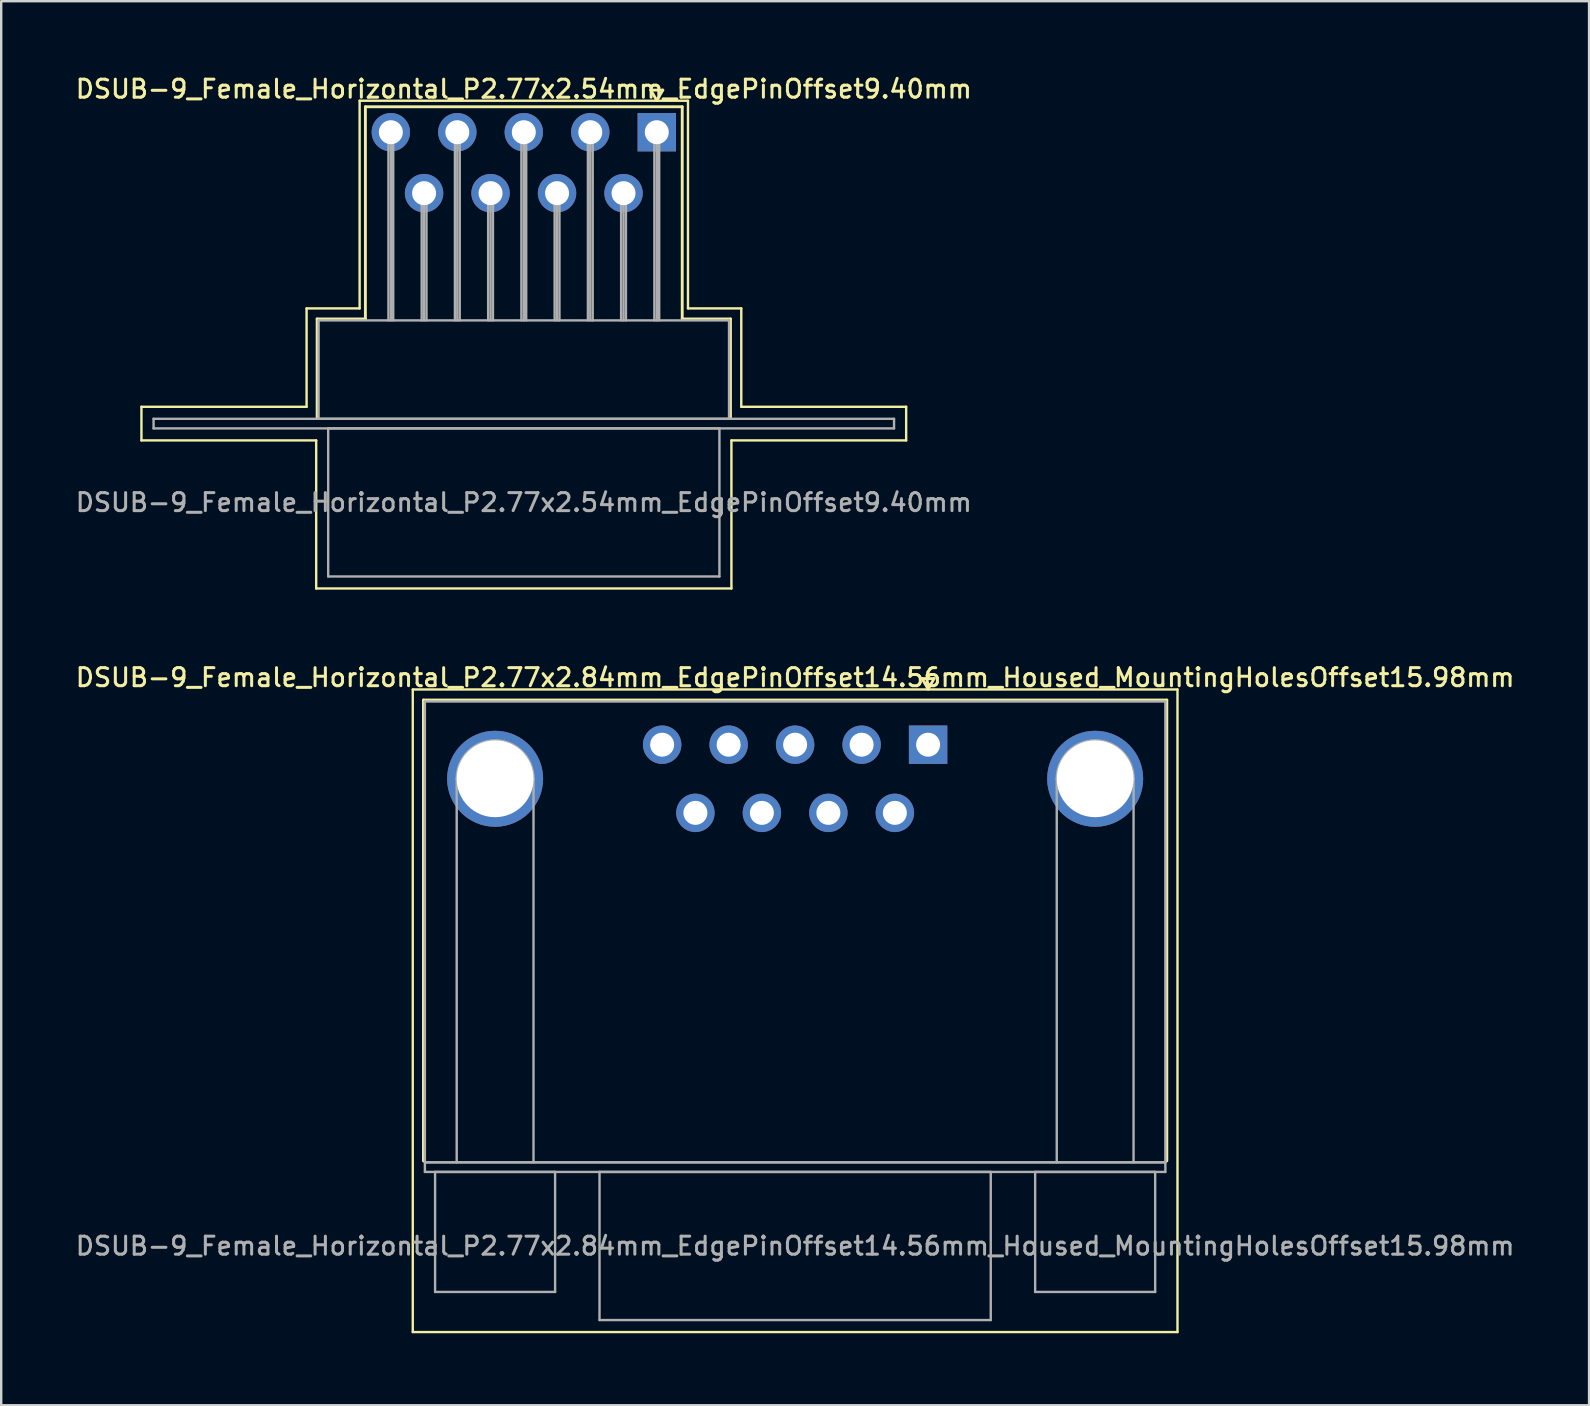
<source format=kicad_pcb>
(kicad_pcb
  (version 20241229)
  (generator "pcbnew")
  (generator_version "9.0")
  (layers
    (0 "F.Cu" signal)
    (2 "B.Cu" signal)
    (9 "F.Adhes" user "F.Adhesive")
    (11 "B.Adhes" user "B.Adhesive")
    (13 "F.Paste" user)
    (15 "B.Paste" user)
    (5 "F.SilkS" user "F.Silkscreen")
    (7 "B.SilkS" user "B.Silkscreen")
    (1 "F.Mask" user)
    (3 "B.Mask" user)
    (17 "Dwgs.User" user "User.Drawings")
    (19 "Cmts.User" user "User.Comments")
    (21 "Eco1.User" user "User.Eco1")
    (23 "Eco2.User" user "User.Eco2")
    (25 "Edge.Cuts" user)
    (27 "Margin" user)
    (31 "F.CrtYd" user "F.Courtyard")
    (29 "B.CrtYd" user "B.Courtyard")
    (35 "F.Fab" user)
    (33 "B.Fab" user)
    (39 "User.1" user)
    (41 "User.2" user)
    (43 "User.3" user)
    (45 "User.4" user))
  (footprint "DSUB-9_Female_Horizontal_P2.77x2.84mm_EdgePinOffset14.56mm_Housed_MountingHolesOffset15.98mm"
    (layer "F.Cu")
    (at 35.617 27.976)
    (property "Reference" "DSUB-9_Female_Horizontal_P2.77x2.84mm_EdgePinOffset14.56mm_Housed_MountingHolesOffset15.98mm" (at -5.54 -2.8 0) (layer "F.SilkS") (effects (font (size 0.75 0.75) (thickness 0.125))))
    (attr through_hole)
    (fp_line (start -21.47 -2.3) (end -21.47 24.47) (stroke (width 0.1) (type solid)) (layer "F.SilkS"))
    (fp_line (start -21.47 24.47) (end 10.39 24.47) (stroke (width 0.1) (type solid)) (layer "F.SilkS"))
    (fp_line (start -21.025 -1.86) (end 9.945 -1.86) (stroke (width 0.12) (type solid)) (layer "F.SilkS"))
    (fp_line (start -21.025 17.34) (end -21.025 -1.86) (stroke (width 0.12) (type solid)) (layer "F.SilkS"))
    (fp_line (start -0.25 -2.754) (end 0.25 -2.754) (stroke (width 0.12) (type solid)) (layer "F.SilkS"))
    (fp_line (start 0 -2.321) (end -0.25 -2.754) (stroke (width 0.12) (type solid)) (layer "F.SilkS"))
    (fp_line (start 0.25 -2.754) (end 0 -2.321) (stroke (width 0.12) (type solid)) (layer "F.SilkS"))
    (fp_line (start 9.945 -1.86) (end 9.945 17.34) (stroke (width 0.12) (type solid)) (layer "F.SilkS"))
    (fp_line (start 10.39 -2.3) (end -21.47 -2.3) (stroke (width 0.1) (type solid)) (layer "F.SilkS"))
    (fp_line (start 10.39 24.47) (end 10.39 -2.3) (stroke (width 0.1) (type solid)) (layer "F.SilkS"))
    (fp_line (start -20.965 -1.8) (end -20.965 17.4) (stroke (width 0.1) (type solid)) (layer "F.Fab"))
    (fp_line (start -20.965 17.4) (end -20.965 17.8) (stroke (width 0.1) (type solid)) (layer "F.Fab"))
    (fp_line (start -20.965 17.4) (end 9.885 17.4) (stroke (width 0.1) (type solid)) (layer "F.Fab"))
    (fp_line (start -20.965 17.8) (end 9.885 17.8) (stroke (width 0.1) (type solid)) (layer "F.Fab"))
    (fp_line (start -20.54 17.8) (end -20.54 22.8) (stroke (width 0.1) (type solid)) (layer "F.Fab"))
    (fp_line (start -20.54 22.8) (end -15.54 22.8) (stroke (width 0.1) (type solid)) (layer "F.Fab"))
    (fp_line (start -19.64 17.4) (end -19.64 1.42) (stroke (width 0.1) (type solid)) (layer "F.Fab"))
    (fp_line (start -16.44 17.4) (end -16.44 1.42) (stroke (width 0.1) (type solid)) (layer "F.Fab"))
    (fp_line (start -15.54 17.8) (end -20.54 17.8) (stroke (width 0.1) (type solid)) (layer "F.Fab"))
    (fp_line (start -15.54 22.8) (end -15.54 17.8) (stroke (width 0.1) (type solid)) (layer "F.Fab"))
    (fp_line (start -13.69 17.8) (end -13.69 23.97) (stroke (width 0.1) (type solid)) (layer "F.Fab"))
    (fp_line (start -13.69 23.97) (end 2.61 23.97) (stroke (width 0.1) (type solid)) (layer "F.Fab"))
    (fp_line (start 2.61 17.8) (end -13.69 17.8) (stroke (width 0.1) (type solid)) (layer "F.Fab"))
    (fp_line (start 2.61 23.97) (end 2.61 17.8) (stroke (width 0.1) (type solid)) (layer "F.Fab"))
    (fp_line (start 4.46 17.8) (end 4.46 22.8) (stroke (width 0.1) (type solid)) (layer "F.Fab"))
    (fp_line (start 4.46 22.8) (end 9.46 22.8) (stroke (width 0.1) (type solid)) (layer "F.Fab"))
    (fp_line (start 5.36 17.4) (end 5.36 1.42) (stroke (width 0.1) (type solid)) (layer "F.Fab"))
    (fp_line (start 8.56 17.4) (end 8.56 1.42) (stroke (width 0.1) (type solid)) (layer "F.Fab"))
    (fp_line (start 9.46 17.8) (end 4.46 17.8) (stroke (width 0.1) (type solid)) (layer "F.Fab"))
    (fp_line (start 9.46 22.8) (end 9.46 17.8) (stroke (width 0.1) (type solid)) (layer "F.Fab"))
    (fp_line (start 9.885 -1.8) (end -20.965 -1.8) (stroke (width 0.1) (type solid)) (layer "F.Fab"))
    (fp_line (start 9.885 17.4) (end -20.965 17.4) (stroke (width 0.1) (type solid)) (layer "F.Fab"))
    (fp_line (start 9.885 17.4) (end 9.885 -1.8) (stroke (width 0.1) (type solid)) (layer "F.Fab"))
    (fp_line (start 9.885 17.8) (end 9.885 17.4) (stroke (width 0.1) (type solid)) (layer "F.Fab"))
    (fp_arc (start -19.64 1.42) (mid -18.04 -0.18) (end -16.44 1.42) (stroke (width 0.1) (type solid)) (layer "F.Fab"))
    (fp_arc (start 5.36 1.42) (mid 6.96 -0.18) (end 8.56 1.42) (stroke (width 0.1) (type solid)) (layer "F.Fab"))
    (fp_text user "${REFERENCE}" (at -5.54 20.885 0) (layer "F.Fab") (effects (font (size 0.75 0.75) (thickness 0.125))))
    (pad "0" thru_hole circle (at -18.04 1.42) (size 4 4) (drill 3.2) (layers "*.Cu" "*.Mask"))
    (pad "0" thru_hole circle (at 6.96 1.42) (size 4 4) (drill 3.2) (layers "*.Cu" "*.Mask"))
    (pad "1" thru_hole rect (at 0 0) (size 1.6 1.6) (drill 1) (layers "*.Cu" "*.Mask"))
    (pad "2" thru_hole circle (at -2.77 0) (size 1.6 1.6) (drill 1) (layers "*.Cu" "*.Mask"))
    (pad "3" thru_hole circle (at -5.54 0) (size 1.6 1.6) (drill 1) (layers "*.Cu" "*.Mask"))
    (pad "4" thru_hole circle (at -8.31 0) (size 1.6 1.6) (drill 1) (layers "*.Cu" "*.Mask"))
    (pad "5" thru_hole circle (at -11.08 0) (size 1.6 1.6) (drill 1) (layers "*.Cu" "*.Mask"))
    (pad "6" thru_hole circle (at -1.385 2.84) (size 1.6 1.6) (drill 1) (layers "*.Cu" "*.Mask"))
    (pad "7" thru_hole circle (at -4.155 2.84) (size 1.6 1.6) (drill 1) (layers "*.Cu" "*.Mask"))
    (pad "8" thru_hole circle (at -6.925 2.84) (size 1.6 1.6) (drill 1) (layers "*.Cu" "*.Mask"))
    (pad "9" thru_hole circle (at -9.695 2.84) (size 1.6 1.6) (drill 1) (layers "*.Cu" "*.Mask")))
  (footprint "DSUB-9_Female_Horizontal_P2.77x2.54mm_EdgePinOffset9.40mm"
    (layer "F.Cu")
    (at 24.313 2.458)
    (property "Reference" "DSUB-9_Female_Horizontal_P2.77x2.54mm_EdgePinOffset9.40mm" (at -5.54 -1.8 0) (layer "F.SilkS") (effects (font (size 0.75 0.75) (thickness 0.125))))
    (attr through_hole)
    (fp_line (start -21.47 11.44) (end -14.59 11.44) (stroke (width 0.1) (type solid)) (layer "F.SilkS"))
    (fp_line (start -21.47 12.84) (end -21.47 11.44) (stroke (width 0.1) (type solid)) (layer "F.SilkS"))
    (fp_line (start -14.59 7.34) (end -12.38 7.34) (stroke (width 0.1) (type solid)) (layer "F.SilkS"))
    (fp_line (start -14.59 11.44) (end -14.59 7.34) (stroke (width 0.1) (type solid)) (layer "F.SilkS"))
    (fp_line (start -14.19 12.84) (end -21.47 12.84) (stroke (width 0.1) (type solid)) (layer "F.SilkS"))
    (fp_line (start -14.19 19.01) (end -14.19 12.84) (stroke (width 0.1) (type solid)) (layer "F.SilkS"))
    (fp_line (start -14.15 7.78) (end -12.14 7.78) (stroke (width 0.12) (type solid)) (layer "F.SilkS"))
    (fp_line (start -14.15 11.88) (end -14.15 7.78) (stroke (width 0.12) (type solid)) (layer "F.SilkS"))
    (fp_line (start -12.38 -1.31) (end 1.3 -1.31) (stroke (width 0.1) (type solid)) (layer "F.SilkS"))
    (fp_line (start -12.38 7.34) (end -12.38 -1.31) (stroke (width 0.1) (type solid)) (layer "F.SilkS"))
    (fp_line (start -12.14 -1.06) (end 1.06 -1.06) (stroke (width 0.12) (type solid)) (layer "F.SilkS"))
    (fp_line (start -12.14 7.78) (end -12.14 -1.06) (stroke (width 0.12) (type solid)) (layer "F.SilkS"))
    (fp_line (start -0.25 -1.754) (end 0.25 -1.754) (stroke (width 0.12) (type solid)) (layer "F.SilkS"))
    (fp_line (start 0 -1.321) (end -0.25 -1.754) (stroke (width 0.12) (type solid)) (layer "F.SilkS"))
    (fp_line (start 0.25 -1.754) (end 0 -1.321) (stroke (width 0.12) (type solid)) (layer "F.SilkS"))
    (fp_line (start 1.06 -1.06) (end 1.06 7.78) (stroke (width 0.12) (type solid)) (layer "F.SilkS"))
    (fp_line (start 1.06 7.78) (end 3.07 7.78) (stroke (width 0.12) (type solid)) (layer "F.SilkS"))
    (fp_line (start 1.3 -1.31) (end 1.3 7.34) (stroke (width 0.1) (type solid)) (layer "F.SilkS"))
    (fp_line (start 1.3 7.34) (end 3.52 7.34) (stroke (width 0.1) (type solid)) (layer "F.SilkS"))
    (fp_line (start 3.07 7.78) (end 3.07 11.88) (stroke (width 0.12) (type solid)) (layer "F.SilkS"))
    (fp_line (start 3.11 12.84) (end 3.11 19.01) (stroke (width 0.1) (type solid)) (layer "F.SilkS"))
    (fp_line (start 3.11 19.01) (end -14.19 19.01) (stroke (width 0.1) (type solid)) (layer "F.SilkS"))
    (fp_line (start 3.52 7.34) (end 3.52 11.44) (stroke (width 0.1) (type solid)) (layer "F.SilkS"))
    (fp_line (start 3.52 11.44) (end 10.39 11.44) (stroke (width 0.1) (type solid)) (layer "F.SilkS"))
    (fp_line (start 10.39 11.44) (end 10.39 12.84) (stroke (width 0.1) (type solid)) (layer "F.SilkS"))
    (fp_line (start 10.39 12.84) (end 3.11 12.84) (stroke (width 0.1) (type solid)) (layer "F.SilkS"))
    (fp_line (start -20.965 11.94) (end -20.965 12.34) (stroke (width 0.1) (type solid)) (layer "F.Fab"))
    (fp_line (start -20.965 12.34) (end 9.885 12.34) (stroke (width 0.1) (type solid)) (layer "F.Fab"))
    (fp_line (start -14.09 7.84) (end -14.09 11.94) (stroke (width 0.1) (type solid)) (layer "F.Fab"))
    (fp_line (start -14.09 11.94) (end 3.01 11.94) (stroke (width 0.1) (type solid)) (layer "F.Fab"))
    (fp_line (start -13.69 12.34) (end -13.69 18.51) (stroke (width 0.1) (type solid)) (layer "F.Fab"))
    (fp_line (start -13.69 18.51) (end 2.61 18.51) (stroke (width 0.1) (type solid)) (layer "F.Fab"))
    (fp_line (start -11.18 0) (end -11.18 7.84) (stroke (width 0.1) (type solid)) (layer "F.Fab"))
    (fp_line (start -11.08 0) (end -11.08 7.84) (stroke (width 0.1) (type solid)) (layer "F.Fab"))
    (fp_line (start -10.98 0) (end -10.98 7.84) (stroke (width 0.1) (type solid)) (layer "F.Fab"))
    (fp_line (start -9.795 2.54) (end -9.795 7.84) (stroke (width 0.1) (type solid)) (layer "F.Fab"))
    (fp_line (start -9.695 2.54) (end -9.695 7.84) (stroke (width 0.1) (type solid)) (layer "F.Fab"))
    (fp_line (start -9.595 2.54) (end -9.595 7.84) (stroke (width 0.1) (type solid)) (layer "F.Fab"))
    (fp_line (start -8.41 0) (end -8.41 7.84) (stroke (width 0.1) (type solid)) (layer "F.Fab"))
    (fp_line (start -8.31 0) (end -8.31 7.84) (stroke (width 0.1) (type solid)) (layer "F.Fab"))
    (fp_line (start -8.21 0) (end -8.21 7.84) (stroke (width 0.1) (type solid)) (layer "F.Fab"))
    (fp_line (start -7.025 2.54) (end -7.025 7.84) (stroke (width 0.1) (type solid)) (layer "F.Fab"))
    (fp_line (start -6.925 2.54) (end -6.925 7.84) (stroke (width 0.1) (type solid)) (layer "F.Fab"))
    (fp_line (start -6.825 2.54) (end -6.825 7.84) (stroke (width 0.1) (type solid)) (layer "F.Fab"))
    (fp_line (start -5.64 0) (end -5.64 7.84) (stroke (width 0.1) (type solid)) (layer "F.Fab"))
    (fp_line (start -5.54 0) (end -5.54 7.84) (stroke (width 0.1) (type solid)) (layer "F.Fab"))
    (fp_line (start -5.44 0) (end -5.44 7.84) (stroke (width 0.1) (type solid)) (layer "F.Fab"))
    (fp_line (start -4.255 2.54) (end -4.255 7.84) (stroke (width 0.1) (type solid)) (layer "F.Fab"))
    (fp_line (start -4.155 2.54) (end -4.155 7.84) (stroke (width 0.1) (type solid)) (layer "F.Fab"))
    (fp_line (start -4.055 2.54) (end -4.055 7.84) (stroke (width 0.1) (type solid)) (layer "F.Fab"))
    (fp_line (start -2.87 0) (end -2.87 7.84) (stroke (width 0.1) (type solid)) (layer "F.Fab"))
    (fp_line (start -2.77 0) (end -2.77 7.84) (stroke (width 0.1) (type solid)) (layer "F.Fab"))
    (fp_line (start -2.67 0) (end -2.67 7.84) (stroke (width 0.1) (type solid)) (layer "F.Fab"))
    (fp_line (start -1.485 2.54) (end -1.485 7.84) (stroke (width 0.1) (type solid)) (layer "F.Fab"))
    (fp_line (start -1.385 2.54) (end -1.385 7.84) (stroke (width 0.1) (type solid)) (layer "F.Fab"))
    (fp_line (start -1.285 2.54) (end -1.285 7.84) (stroke (width 0.1) (type solid)) (layer "F.Fab"))
    (fp_line (start -0.1 0) (end -0.1 7.84) (stroke (width 0.1) (type solid)) (layer "F.Fab"))
    (fp_line (start 0 0) (end 0 7.84) (stroke (width 0.1) (type solid)) (layer "F.Fab"))
    (fp_line (start 0.1 0) (end 0.1 7.84) (stroke (width 0.1) (type solid)) (layer "F.Fab"))
    (fp_line (start 2.61 12.34) (end -13.69 12.34) (stroke (width 0.1) (type solid)) (layer "F.Fab"))
    (fp_line (start 2.61 18.51) (end 2.61 12.34) (stroke (width 0.1) (type solid)) (layer "F.Fab"))
    (fp_line (start 3.01 7.84) (end -14.09 7.84) (stroke (width 0.1) (type solid)) (layer "F.Fab"))
    (fp_line (start 3.01 11.94) (end 3.01 7.84) (stroke (width 0.1) (type solid)) (layer "F.Fab"))
    (fp_line (start 9.885 11.94) (end -20.965 11.94) (stroke (width 0.1) (type solid)) (layer "F.Fab"))
    (fp_line (start 9.885 12.34) (end 9.885 11.94) (stroke (width 0.1) (type solid)) (layer "F.Fab"))
    (fp_text user "${REFERENCE}" (at -5.54 15.425 0) (layer "F.Fab") (effects (font (size 0.75 0.75) (thickness 0.125))))
    (pad "1" thru_hole rect (at 0 0) (size 1.6 1.6) (drill 1) (layers "*.Cu" "*.Mask"))
    (pad "2" thru_hole circle (at -2.77 0) (size 1.6 1.6) (drill 1) (layers "*.Cu" "*.Mask"))
    (pad "3" thru_hole circle (at -5.54 0) (size 1.6 1.6) (drill 1) (layers "*.Cu" "*.Mask"))
    (pad "4" thru_hole circle (at -8.31 0) (size 1.6 1.6) (drill 1) (layers "*.Cu" "*.Mask"))
    (pad "5" thru_hole circle (at -11.08 0) (size 1.6 1.6) (drill 1) (layers "*.Cu" "*.Mask"))
    (pad "6" thru_hole circle (at -1.385 2.54) (size 1.6 1.6) (drill 1) (layers "*.Cu" "*.Mask"))
    (pad "7" thru_hole circle (at -4.155 2.54) (size 1.6 1.6) (drill 1) (layers "*.Cu" "*.Mask"))
    (pad "8" thru_hole circle (at -6.925 2.54) (size 1.6 1.6) (drill 1) (layers "*.Cu" "*.Mask"))
    (pad "9" thru_hole circle (at -9.695 2.54) (size 1.6 1.6) (drill 1) (layers "*.Cu" "*.Mask")))
  (gr_rect
    (start -3 -3)
    (end 63.154 55.496)
    (stroke (width 0.1) (type default))
    (fill no)
    (layer "Edge.Cuts")))
</source>
